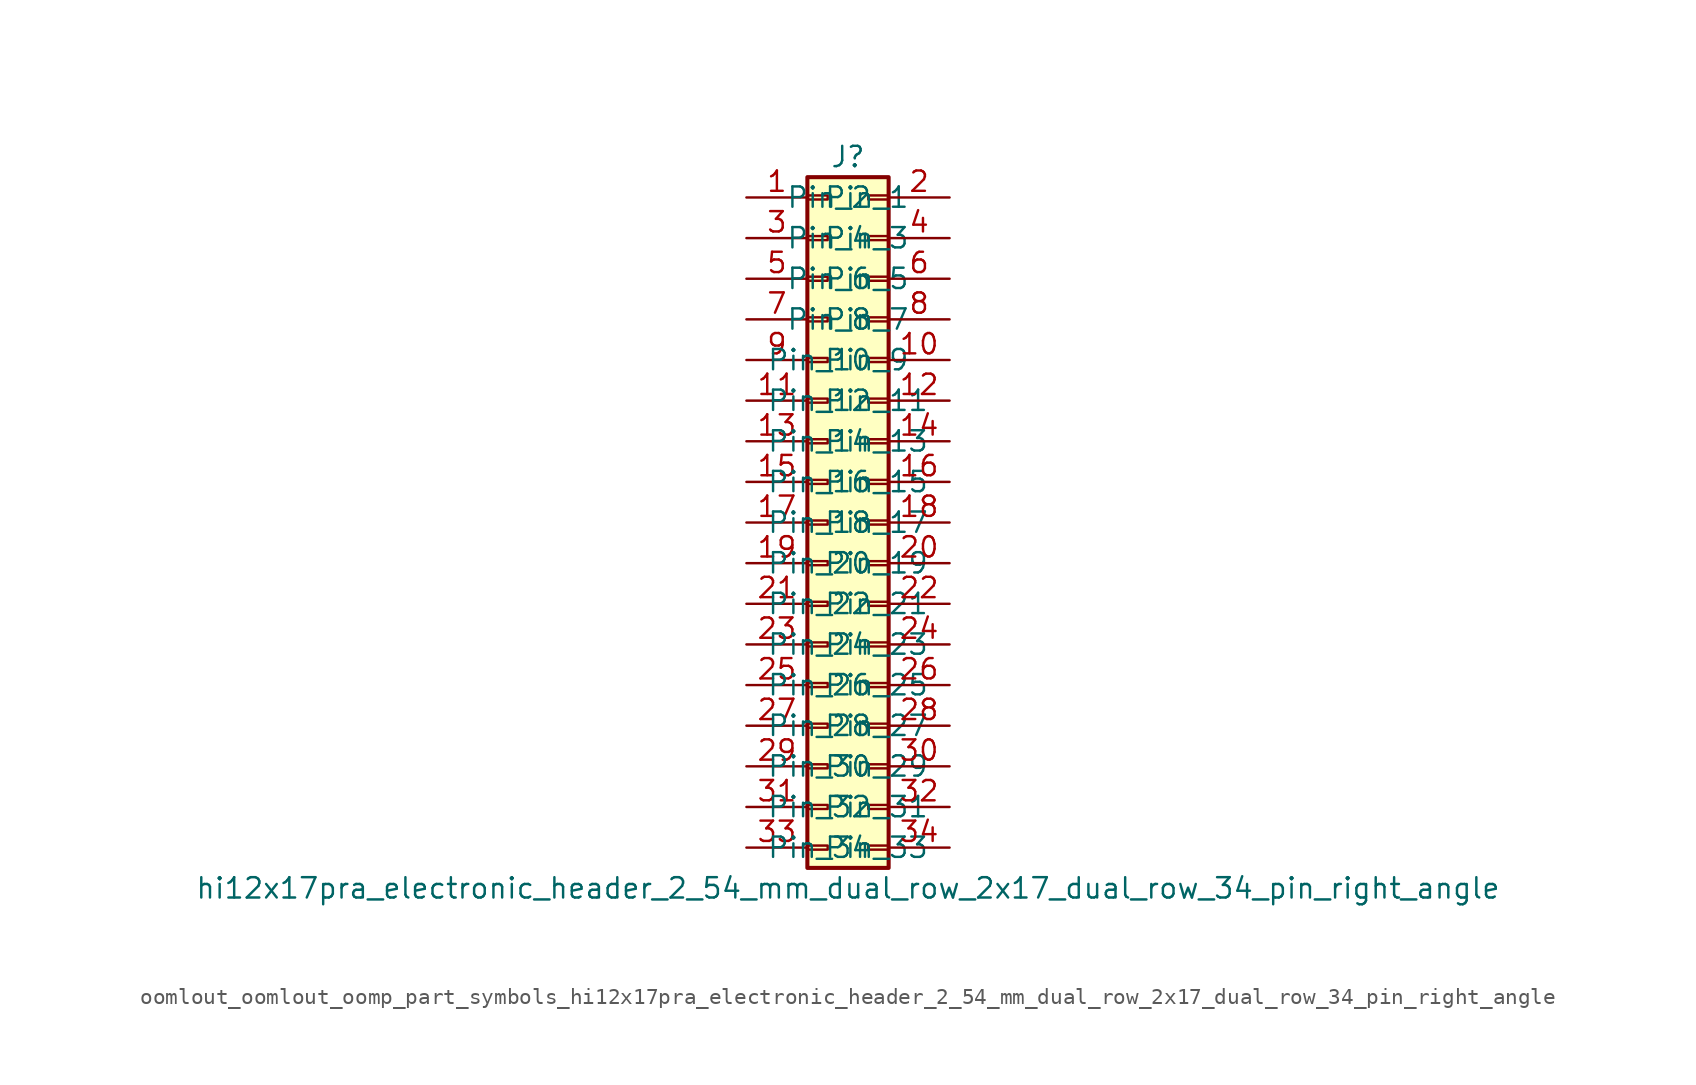
<source format=kicad_sym>
(kicad_symbol_lib
  (version 20220914)
  (generator kicad_symbol_editor)
  (symbol "oomlout_oomlout_oomp_part_symbols_hi12x17pra_electronic_header_2_54_mm_dual_row_2x17_dual_row_34_pin_right_angle"
    (pin_names
      (offset 1.016))
    (property "Reference" "J"
      (at 1.27 22.86 0)
      (effects (font (size 1.27 1.27))))
    (property "Value" "hi12x17pra_electronic_header_2_54_mm_dual_row_2x17_dual_row_34_pin_right_angle"
      (at 1.27 -22.86 0)
      (effects (font (size 1.27 1.27))))
    (symbol "oomlout_oomlout_oomp_part_symbols_hi12x17pra_electronic_header_2_54_mm_dual_row_2x17_dual_row_34_pin_right_angle_1_1"
      (rectangle (start -1.27 -20.193) (end 0 -20.447) (stroke (width 0.152) (type default)) (fill (type none)))
      (rectangle (start -1.27 -17.653) (end 0 -17.907) (stroke (width 0.152) (type default)) (fill (type none)))
      (rectangle (start -1.27 -15.113) (end 0 -15.367) (stroke (width 0.152) (type default)) (fill (type none)))
      (rectangle (start -1.27 -12.573) (end 0 -12.827) (stroke (width 0.152) (type default)) (fill (type none)))
      (rectangle (start -1.27 -10.033) (end 0 -10.287) (stroke (width 0.152) (type default)) (fill (type none)))
      (rectangle (start -1.27 -7.493) (end 0 -7.747) (stroke (width 0.152) (type default)) (fill (type none)))
      (rectangle (start -1.27 -4.953) (end 0 -5.207) (stroke (width 0.152) (type default)) (fill (type none)))
      (rectangle (start -1.27 -2.413) (end 0 -2.667) (stroke (width 0.152) (type default)) (fill (type none)))
      (rectangle (start -1.27 0.127) (end 0 -0.127) (stroke (width 0.152) (type default)) (fill (type none)))
      (rectangle (start -1.27 2.667) (end 0 2.413) (stroke (width 0.152) (type default)) (fill (type none)))
      (rectangle (start -1.27 5.207) (end 0 4.953) (stroke (width 0.152) (type default)) (fill (type none)))
      (rectangle (start -1.27 7.747) (end 0 7.493) (stroke (width 0.152) (type default)) (fill (type none)))
      (rectangle (start -1.27 10.287) (end 0 10.033) (stroke (width 0.152) (type default)) (fill (type none)))
      (rectangle (start -1.27 12.827) (end 0 12.573) (stroke (width 0.152) (type default)) (fill (type none)))
      (rectangle (start -1.27 15.367) (end 0 15.113) (stroke (width 0.152) (type default)) (fill (type none)))
      (rectangle (start -1.27 17.907) (end 0 17.653) (stroke (width 0.152) (type default)) (fill (type none)))
      (rectangle (start -1.27 20.447) (end 0 20.193) (stroke (width 0.152) (type default)) (fill (type none)))
      (rectangle (start -1.27 21.59) (end 3.81 -21.59) (stroke (width 0.254) (type default)) (fill (type background)))
      (rectangle (start 3.81 -20.193) (end 2.54 -20.447) (stroke (width 0.152) (type default)) (fill (type none)))
      (rectangle (start 3.81 -17.653) (end 2.54 -17.907) (stroke (width 0.152) (type default)) (fill (type none)))
      (rectangle (start 3.81 -15.113) (end 2.54 -15.367) (stroke (width 0.152) (type default)) (fill (type none)))
      (rectangle (start 3.81 -12.573) (end 2.54 -12.827) (stroke (width 0.152) (type default)) (fill (type none)))
      (rectangle (start 3.81 -10.033) (end 2.54 -10.287) (stroke (width 0.152) (type default)) (fill (type none)))
      (rectangle (start 3.81 -7.493) (end 2.54 -7.747) (stroke (width 0.152) (type default)) (fill (type none)))
      (rectangle (start 3.81 -4.953) (end 2.54 -5.207) (stroke (width 0.152) (type default)) (fill (type none)))
      (rectangle (start 3.81 -2.413) (end 2.54 -2.667) (stroke (width 0.152) (type default)) (fill (type none)))
      (rectangle (start 3.81 0.127) (end 2.54 -0.127) (stroke (width 0.152) (type default)) (fill (type none)))
      (rectangle (start 3.81 2.667) (end 2.54 2.413) (stroke (width 0.152) (type default)) (fill (type none)))
      (rectangle (start 3.81 5.207) (end 2.54 4.953) (stroke (width 0.152) (type default)) (fill (type none)))
      (rectangle (start 3.81 7.747) (end 2.54 7.493) (stroke (width 0.152) (type default)) (fill (type none)))
      (rectangle (start 3.81 10.287) (end 2.54 10.033) (stroke (width 0.152) (type default)) (fill (type none)))
      (rectangle (start 3.81 12.827) (end 2.54 12.573) (stroke (width 0.152) (type default)) (fill (type none)))
      (rectangle (start 3.81 15.367) (end 2.54 15.113) (stroke (width 0.152) (type default)) (fill (type none)))
      (rectangle (start 3.81 17.907) (end 2.54 17.653) (stroke (width 0.152) (type default)) (fill (type none)))
      (rectangle (start 3.81 20.447) (end 2.54 20.193) (stroke (width 0.152) (type default)) (fill (type none)))
      (pin passive line (at -5.08 20.32 0) (length 3.81) (name "Pin_1" (effects (font (size 1.27 1.27)))) (number "1" (effects (font (size 1.27 1.27)))))
      (pin passive line (at 7.62 10.16 180) (length 3.81) (name "Pin_10" (effects (font (size 1.27 1.27)))) (number "10" (effects (font (size 1.27 1.27)))))
      (pin passive line (at -5.08 7.62 0) (length 3.81) (name "Pin_11" (effects (font (size 1.27 1.27)))) (number "11" (effects (font (size 1.27 1.27)))))
      (pin passive line (at 7.62 7.62 180) (length 3.81) (name "Pin_12" (effects (font (size 1.27 1.27)))) (number "12" (effects (font (size 1.27 1.27)))))
      (pin passive line (at -5.08 5.08 0) (length 3.81) (name "Pin_13" (effects (font (size 1.27 1.27)))) (number "13" (effects (font (size 1.27 1.27)))))
      (pin passive line (at 7.62 5.08 180) (length 3.81) (name "Pin_14" (effects (font (size 1.27 1.27)))) (number "14" (effects (font (size 1.27 1.27)))))
      (pin passive line (at -5.08 2.54 0) (length 3.81) (name "Pin_15" (effects (font (size 1.27 1.27)))) (number "15" (effects (font (size 1.27 1.27)))))
      (pin passive line (at 7.62 2.54 180) (length 3.81) (name "Pin_16" (effects (font (size 1.27 1.27)))) (number "16" (effects (font (size 1.27 1.27)))))
      (pin passive line (at -5.08 0 0) (length 3.81) (name "Pin_17" (effects (font (size 1.27 1.27)))) (number "17" (effects (font (size 1.27 1.27)))))
      (pin passive line (at 7.62 0 180) (length 3.81) (name "Pin_18" (effects (font (size 1.27 1.27)))) (number "18" (effects (font (size 1.27 1.27)))))
      (pin passive line (at -5.08 -2.54 0) (length 3.81) (name "Pin_19" (effects (font (size 1.27 1.27)))) (number "19" (effects (font (size 1.27 1.27)))))
      (pin passive line (at 7.62 20.32 180) (length 3.81) (name "Pin_2" (effects (font (size 1.27 1.27)))) (number "2" (effects (font (size 1.27 1.27)))))
      (pin passive line (at 7.62 -2.54 180) (length 3.81) (name "Pin_20" (effects (font (size 1.27 1.27)))) (number "20" (effects (font (size 1.27 1.27)))))
      (pin passive line (at -5.08 -5.08 0) (length 3.81) (name "Pin_21" (effects (font (size 1.27 1.27)))) (number "21" (effects (font (size 1.27 1.27)))))
      (pin passive line (at 7.62 -5.08 180) (length 3.81) (name "Pin_22" (effects (font (size 1.27 1.27)))) (number "22" (effects (font (size 1.27 1.27)))))
      (pin passive line (at -5.08 -7.62 0) (length 3.81) (name "Pin_23" (effects (font (size 1.27 1.27)))) (number "23" (effects (font (size 1.27 1.27)))))
      (pin passive line (at 7.62 -7.62 180) (length 3.81) (name "Pin_24" (effects (font (size 1.27 1.27)))) (number "24" (effects (font (size 1.27 1.27)))))
      (pin passive line (at -5.08 -10.16 0) (length 3.81) (name "Pin_25" (effects (font (size 1.27 1.27)))) (number "25" (effects (font (size 1.27 1.27)))))
      (pin passive line (at 7.62 -10.16 180) (length 3.81) (name "Pin_26" (effects (font (size 1.27 1.27)))) (number "26" (effects (font (size 1.27 1.27)))))
      (pin passive line (at -5.08 -12.7 0) (length 3.81) (name "Pin_27" (effects (font (size 1.27 1.27)))) (number "27" (effects (font (size 1.27 1.27)))))
      (pin passive line (at 7.62 -12.7 180) (length 3.81) (name "Pin_28" (effects (font (size 1.27 1.27)))) (number "28" (effects (font (size 1.27 1.27)))))
      (pin passive line (at -5.08 -15.24 0) (length 3.81) (name "Pin_29" (effects (font (size 1.27 1.27)))) (number "29" (effects (font (size 1.27 1.27)))))
      (pin passive line (at -5.08 17.78 0) (length 3.81) (name "Pin_3" (effects (font (size 1.27 1.27)))) (number "3" (effects (font (size 1.27 1.27)))))
      (pin passive line (at 7.62 -15.24 180) (length 3.81) (name "Pin_30" (effects (font (size 1.27 1.27)))) (number "30" (effects (font (size 1.27 1.27)))))
      (pin passive line (at -5.08 -17.78 0) (length 3.81) (name "Pin_31" (effects (font (size 1.27 1.27)))) (number "31" (effects (font (size 1.27 1.27)))))
      (pin passive line (at 7.62 -17.78 180) (length 3.81) (name "Pin_32" (effects (font (size 1.27 1.27)))) (number "32" (effects (font (size 1.27 1.27)))))
      (pin passive line (at -5.08 -20.32 0) (length 3.81) (name "Pin_33" (effects (font (size 1.27 1.27)))) (number "33" (effects (font (size 1.27 1.27)))))
      (pin passive line (at 7.62 -20.32 180) (length 3.81) (name "Pin_34" (effects (font (size 1.27 1.27)))) (number "34" (effects (font (size 1.27 1.27)))))
      (pin passive line (at 7.62 17.78 180) (length 3.81) (name "Pin_4" (effects (font (size 1.27 1.27)))) (number "4" (effects (font (size 1.27 1.27)))))
      (pin passive line (at -5.08 15.24 0) (length 3.81) (name "Pin_5" (effects (font (size 1.27 1.27)))) (number "5" (effects (font (size 1.27 1.27)))))
      (pin passive line (at 7.62 15.24 180) (length 3.81) (name "Pin_6" (effects (font (size 1.27 1.27)))) (number "6" (effects (font (size 1.27 1.27)))))
      (pin passive line (at -5.08 12.7 0) (length 3.81) (name "Pin_7" (effects (font (size 1.27 1.27)))) (number "7" (effects (font (size 1.27 1.27)))))
      (pin passive line (at 7.62 12.7 180) (length 3.81) (name "Pin_8" (effects (font (size 1.27 1.27)))) (number "8" (effects (font (size 1.27 1.27)))))
      (pin passive line (at -5.08 10.16 0) (length 3.81) (name "Pin_9" (effects (font (size 1.27 1.27)))) (number "9" (effects (font (size 1.27 1.27))))))))
</source>
